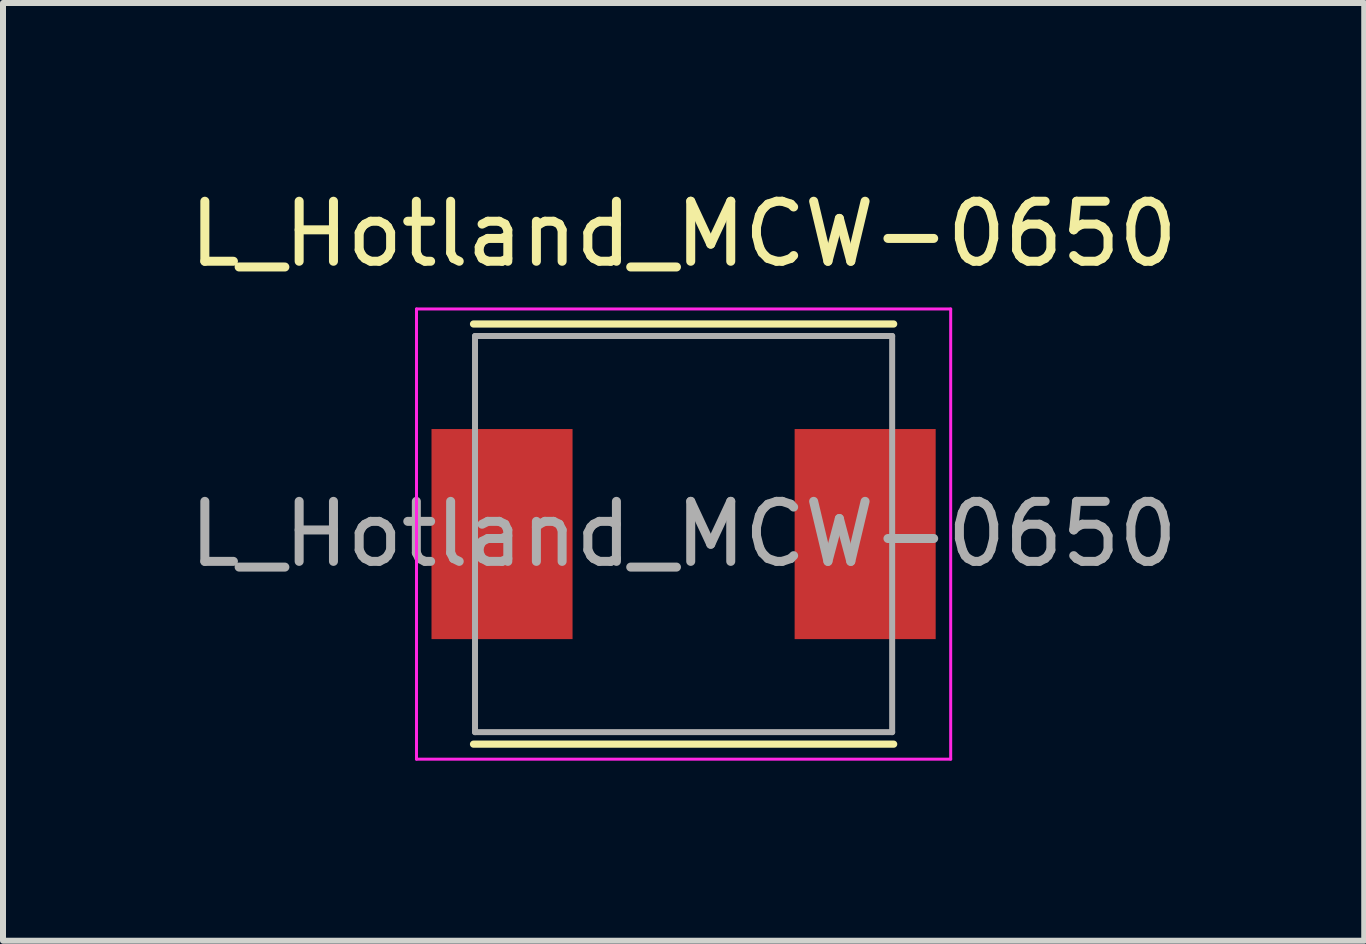
<source format=kicad_pcb>
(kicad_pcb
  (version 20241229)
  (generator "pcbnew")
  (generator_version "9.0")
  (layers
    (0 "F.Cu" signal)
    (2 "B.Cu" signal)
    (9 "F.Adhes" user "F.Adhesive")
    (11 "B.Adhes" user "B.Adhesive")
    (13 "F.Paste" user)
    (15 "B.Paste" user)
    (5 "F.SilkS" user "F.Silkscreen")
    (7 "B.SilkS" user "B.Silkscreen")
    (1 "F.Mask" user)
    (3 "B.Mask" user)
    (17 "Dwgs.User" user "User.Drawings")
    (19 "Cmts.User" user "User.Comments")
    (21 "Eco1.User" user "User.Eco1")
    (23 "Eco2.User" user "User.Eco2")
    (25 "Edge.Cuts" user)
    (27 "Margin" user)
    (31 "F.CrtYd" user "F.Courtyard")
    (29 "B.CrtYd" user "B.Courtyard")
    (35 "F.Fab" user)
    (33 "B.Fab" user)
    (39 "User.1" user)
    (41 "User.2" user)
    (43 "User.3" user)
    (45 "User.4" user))
  (footprint "L_Hotland_MCW-0650"
    (layer "F.Cu")
    (at 8.339 5.848)
    (property "Reference" "L_Hotland_MCW-0650" (at 0 -5 0) (layer "F.SilkS") (effects (font (size 1 1) (thickness 0.15))))
    (attr smd)
    (fp_line (start -3.5 -3.5) (end 3.5 -3.5) (stroke (width 0.12) (type solid)) (layer "F.SilkS"))
    (fp_line (start -3.5 3.5) (end 3.5 3.5) (stroke (width 0.12) (type solid)) (layer "F.SilkS"))
    (fp_line (start -4.45 -3.75) (end -4.45 3.75) (stroke (width 0.05) (type solid)) (layer "F.CrtYd"))
    (fp_line (start -4.45 3.75) (end 4.45 3.75) (stroke (width 0.05) (type solid)) (layer "F.CrtYd"))
    (fp_line (start 4.45 -3.75) (end -4.45 -3.75) (stroke (width 0.05) (type solid)) (layer "F.CrtYd"))
    (fp_line (start 4.45 3.75) (end 4.45 -3.75) (stroke (width 0.05) (type solid)) (layer "F.CrtYd"))
    (fp_line (start -3.475 3.3) (end -3.475 -3.3) (stroke (width 0.1) (type solid)) (layer "F.Fab"))
    (fp_line (start 3.475 -3.3) (end -3.475 -3.3) (stroke (width 0.1) (type solid)) (layer "F.Fab"))
    (fp_line (start 3.475 3.3) (end -3.475 3.3) (stroke (width 0.1) (type solid)) (layer "F.Fab"))
    (fp_line (start 3.475 3.3) (end 3.475 -3.3) (stroke (width 0.1) (type solid)) (layer "F.Fab"))
    (fp_text user "${REFERENCE}" (at 0 0 0) (layer "F.Fab") (effects (font (size 1 1) (thickness 0.15))))
    (pad "1" smd rect (at -3.025 0) (size 2.35 3.5) (layers "F.Cu" "F.Mask" "F.Paste"))
    (pad "2" smd rect (at 3.025 0) (size 2.35 3.5) (layers "F.Cu" "F.Mask" "F.Paste")))
  (gr_rect
    (start -3 -3)
    (end 19.679 12.623)
    (stroke (width 0.1) (type default))
    (fill no)
    (layer "Edge.Cuts")))
</source>
